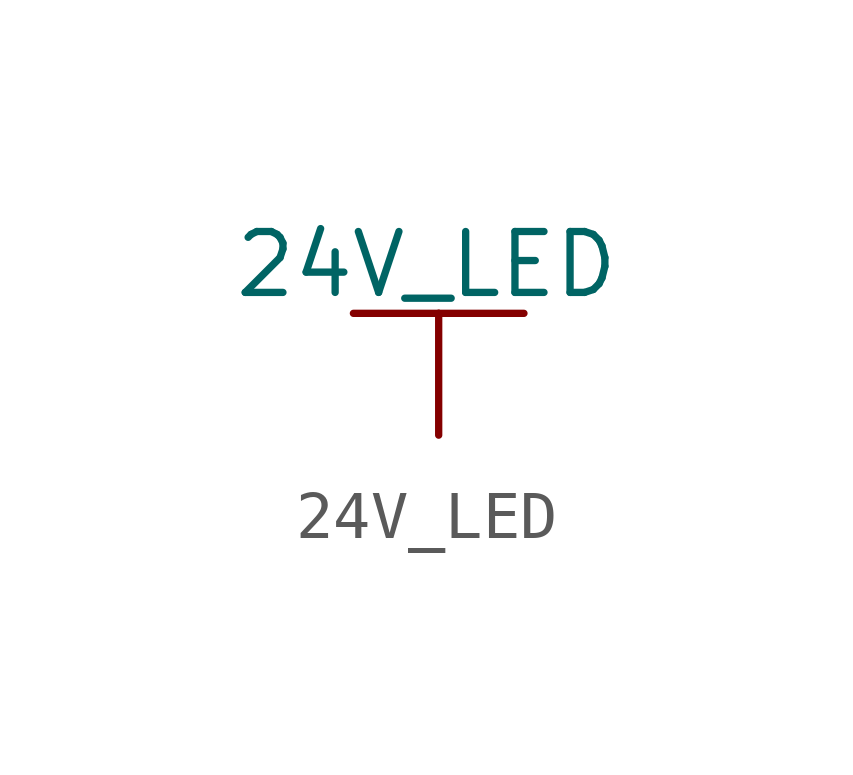
<source format=kicad_sym>
(kicad_symbol_lib
  (version 20220914)
  (generator kicad_symbol_editor)
  (symbol "24V_LED"
    (power)
    (pin_numbers hide)
    (pin_names
      (offset 0) hide)
    (property "Reference" "#PWR"
      (at 0 -3.81 0)
      (effects (font (size 1.27 1.27)) hide))
    (property "Value" "24V_LED"
      (at -0.254 3.556 0)
      (effects (font (size 1.27 1.27))))
    (property "Footprint" ""
      (at 0 0 0)
      (effects (font (size 1.524 1.524))))
    (property "Datasheet" ""
      (at 0 0 0)
      (effects (font (size 1.524 1.524))))
    (symbol "24V_LED_0_1"
      (polyline (pts (xy -1.778 2.54) (xy 0 2.54)) (stroke (width 0) (type default)) (fill (type none)))
      (polyline (pts (xy 0 0) (xy 0 2.54)) (stroke (width 0) (type default)) (fill (type none)))
      (polyline (pts (xy 0 2.54) (xy 1.778 2.54)) (stroke (width 0) (type default)) (fill (type none))))
    (symbol "24V_LED_1_1"
      (pin power_in line (at 0 0 90) (length 0) hide (name "24V_LED" (effects (font (size 1.27 1.27)))) (number "1" (effects (font (size 1.27 1.27))))))))
</source>
